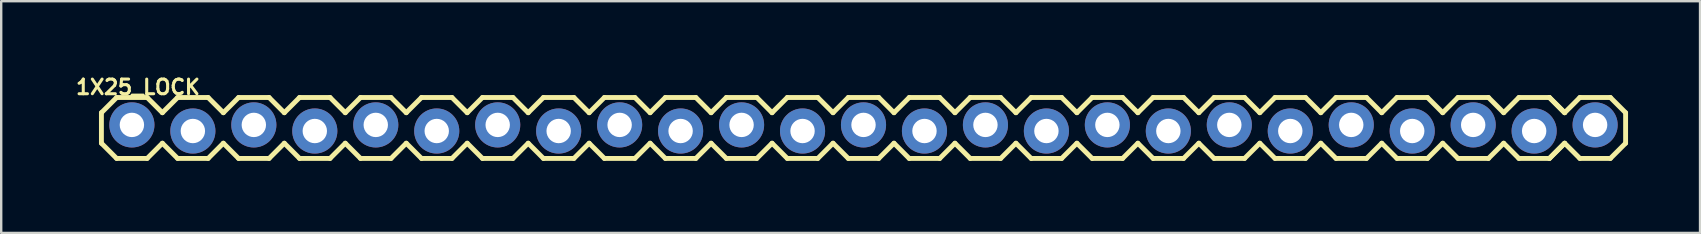
<source format=kicad_pcb>
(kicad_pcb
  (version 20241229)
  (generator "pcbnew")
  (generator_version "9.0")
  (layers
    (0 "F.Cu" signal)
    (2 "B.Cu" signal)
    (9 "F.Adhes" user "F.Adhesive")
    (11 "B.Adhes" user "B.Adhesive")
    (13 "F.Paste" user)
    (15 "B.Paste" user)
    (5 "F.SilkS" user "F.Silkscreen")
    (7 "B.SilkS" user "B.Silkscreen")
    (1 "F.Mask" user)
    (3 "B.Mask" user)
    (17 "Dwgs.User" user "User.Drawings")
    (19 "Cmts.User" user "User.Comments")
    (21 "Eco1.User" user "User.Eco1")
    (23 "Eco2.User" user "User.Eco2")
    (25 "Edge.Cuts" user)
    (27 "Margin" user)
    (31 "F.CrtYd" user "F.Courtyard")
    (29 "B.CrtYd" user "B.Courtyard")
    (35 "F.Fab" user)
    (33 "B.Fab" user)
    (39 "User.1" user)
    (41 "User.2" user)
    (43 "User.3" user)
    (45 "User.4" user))
  (footprint "1X25_LOCK"
    (layer "F.Cu")
    (at 2.445 2.281)
    (property "Reference" "1X25_LOCK" (at 0.254 -1.702 0) (layer "F.SilkS") (effects (font (size 0.61 0.61) (thickness 0.127))))
    (attr exclude_from_pos_files exclude_from_bom)
    (fp_line (start -1.27 -0.635) (end -1.27 0.635) (stroke (width 0.203) (type solid)) (layer "F.SilkS"))
    (fp_line (start -1.27 0.635) (end -0.635 1.27) (stroke (width 0.203) (type solid)) (layer "F.SilkS"))
    (fp_line (start -0.635 -1.27) (end -1.27 -0.635) (stroke (width 0.203) (type solid)) (layer "F.SilkS"))
    (fp_line (start -0.635 -1.27) (end 0.635 -1.27) (stroke (width 0.203) (type solid)) (layer "F.SilkS"))
    (fp_line (start 0.635 -1.27) (end 1.27 -0.635) (stroke (width 0.203) (type solid)) (layer "F.SilkS"))
    (fp_line (start 0.635 1.27) (end -0.635 1.27) (stroke (width 0.203) (type solid)) (layer "F.SilkS"))
    (fp_line (start 1.27 -0.635) (end 1.905 -1.27) (stroke (width 0.203) (type solid)) (layer "F.SilkS"))
    (fp_line (start 1.27 0.635) (end 0.635 1.27) (stroke (width 0.203) (type solid)) (layer "F.SilkS"))
    (fp_line (start 1.905 -1.27) (end 3.175 -1.27) (stroke (width 0.203) (type solid)) (layer "F.SilkS"))
    (fp_line (start 1.905 1.27) (end 1.27 0.635) (stroke (width 0.203) (type solid)) (layer "F.SilkS"))
    (fp_line (start 3.175 -1.27) (end 3.81 -0.635) (stroke (width 0.203) (type solid)) (layer "F.SilkS"))
    (fp_line (start 3.175 1.27) (end 1.905 1.27) (stroke (width 0.203) (type solid)) (layer "F.SilkS"))
    (fp_line (start 3.81 -0.635) (end 4.445 -1.27) (stroke (width 0.203) (type solid)) (layer "F.SilkS"))
    (fp_line (start 3.81 0.635) (end 3.175 1.27) (stroke (width 0.203) (type solid)) (layer "F.SilkS"))
    (fp_line (start 4.445 -1.27) (end 5.715 -1.27) (stroke (width 0.203) (type solid)) (layer "F.SilkS"))
    (fp_line (start 4.445 1.27) (end 3.81 0.635) (stroke (width 0.203) (type solid)) (layer "F.SilkS"))
    (fp_line (start 5.715 -1.27) (end 6.35 -0.635) (stroke (width 0.203) (type solid)) (layer "F.SilkS"))
    (fp_line (start 5.715 1.27) (end 4.445 1.27) (stroke (width 0.203) (type solid)) (layer "F.SilkS"))
    (fp_line (start 6.35 0.635) (end 5.715 1.27) (stroke (width 0.203) (type solid)) (layer "F.SilkS"))
    (fp_line (start 6.35 0.635) (end 6.985 1.27) (stroke (width 0.203) (type solid)) (layer "F.SilkS"))
    (fp_line (start 6.985 -1.27) (end 6.35 -0.635) (stroke (width 0.203) (type solid)) (layer "F.SilkS"))
    (fp_line (start 6.985 -1.27) (end 8.255 -1.27) (stroke (width 0.203) (type solid)) (layer "F.SilkS"))
    (fp_line (start 8.255 -1.27) (end 8.89 -0.635) (stroke (width 0.203) (type solid)) (layer "F.SilkS"))
    (fp_line (start 8.255 1.27) (end 6.985 1.27) (stroke (width 0.203) (type solid)) (layer "F.SilkS"))
    (fp_line (start 8.89 -0.635) (end 9.525 -1.27) (stroke (width 0.203) (type solid)) (layer "F.SilkS"))
    (fp_line (start 8.89 0.635) (end 8.255 1.27) (stroke (width 0.203) (type solid)) (layer "F.SilkS"))
    (fp_line (start 9.525 -1.27) (end 10.795 -1.27) (stroke (width 0.203) (type solid)) (layer "F.SilkS"))
    (fp_line (start 9.525 1.27) (end 8.89 0.635) (stroke (width 0.203) (type solid)) (layer "F.SilkS"))
    (fp_line (start 10.795 -1.27) (end 11.43 -0.635) (stroke (width 0.203) (type solid)) (layer "F.SilkS"))
    (fp_line (start 10.795 1.27) (end 9.525 1.27) (stroke (width 0.203) (type solid)) (layer "F.SilkS"))
    (fp_line (start 11.43 -0.635) (end 12.065 -1.27) (stroke (width 0.203) (type solid)) (layer "F.SilkS"))
    (fp_line (start 11.43 0.635) (end 10.795 1.27) (stroke (width 0.203) (type solid)) (layer "F.SilkS"))
    (fp_line (start 12.065 -1.27) (end 13.335 -1.27) (stroke (width 0.203) (type solid)) (layer "F.SilkS"))
    (fp_line (start 12.065 1.27) (end 11.43 0.635) (stroke (width 0.203) (type solid)) (layer "F.SilkS"))
    (fp_line (start 13.335 -1.27) (end 13.97 -0.635) (stroke (width 0.203) (type solid)) (layer "F.SilkS"))
    (fp_line (start 13.335 1.27) (end 12.065 1.27) (stroke (width 0.203) (type solid)) (layer "F.SilkS"))
    (fp_line (start 13.97 0.635) (end 13.335 1.27) (stroke (width 0.203) (type solid)) (layer "F.SilkS"))
    (fp_line (start 13.97 0.635) (end 14.605 1.27) (stroke (width 0.203) (type solid)) (layer "F.SilkS"))
    (fp_line (start 14.605 -1.27) (end 13.97 -0.635) (stroke (width 0.203) (type solid)) (layer "F.SilkS"))
    (fp_line (start 14.605 -1.27) (end 15.875 -1.27) (stroke (width 0.203) (type solid)) (layer "F.SilkS"))
    (fp_line (start 15.875 -1.27) (end 16.51 -0.635) (stroke (width 0.203) (type solid)) (layer "F.SilkS"))
    (fp_line (start 15.875 1.27) (end 14.605 1.27) (stroke (width 0.203) (type solid)) (layer "F.SilkS"))
    (fp_line (start 16.51 0.635) (end 15.875 1.27) (stroke (width 0.203) (type solid)) (layer "F.SilkS"))
    (fp_line (start 16.51 0.635) (end 17.145 1.27) (stroke (width 0.203) (type solid)) (layer "F.SilkS"))
    (fp_line (start 17.145 -1.27) (end 16.51 -0.635) (stroke (width 0.203) (type solid)) (layer "F.SilkS"))
    (fp_line (start 17.145 -1.27) (end 18.415 -1.27) (stroke (width 0.203) (type solid)) (layer "F.SilkS"))
    (fp_line (start 18.415 -1.27) (end 19.05 -0.635) (stroke (width 0.203) (type solid)) (layer "F.SilkS"))
    (fp_line (start 18.415 1.27) (end 17.145 1.27) (stroke (width 0.203) (type solid)) (layer "F.SilkS"))
    (fp_line (start 19.05 -0.635) (end 19.685 -1.27) (stroke (width 0.203) (type solid)) (layer "F.SilkS"))
    (fp_line (start 19.05 0.635) (end 18.415 1.27) (stroke (width 0.203) (type solid)) (layer "F.SilkS"))
    (fp_line (start 19.685 -1.27) (end 20.955 -1.27) (stroke (width 0.203) (type solid)) (layer "F.SilkS"))
    (fp_line (start 19.685 1.27) (end 19.05 0.635) (stroke (width 0.203) (type solid)) (layer "F.SilkS"))
    (fp_line (start 20.955 -1.27) (end 21.59 -0.635) (stroke (width 0.203) (type solid)) (layer "F.SilkS"))
    (fp_line (start 20.955 1.27) (end 19.685 1.27) (stroke (width 0.203) (type solid)) (layer "F.SilkS"))
    (fp_line (start 21.59 -0.635) (end 22.225 -1.27) (stroke (width 0.203) (type solid)) (layer "F.SilkS"))
    (fp_line (start 21.59 0.635) (end 20.955 1.27) (stroke (width 0.203) (type solid)) (layer "F.SilkS"))
    (fp_line (start 22.225 -1.27) (end 23.495 -1.27) (stroke (width 0.203) (type solid)) (layer "F.SilkS"))
    (fp_line (start 22.225 1.27) (end 21.59 0.635) (stroke (width 0.203) (type solid)) (layer "F.SilkS"))
    (fp_line (start 23.495 -1.27) (end 24.13 -0.635) (stroke (width 0.203) (type solid)) (layer "F.SilkS"))
    (fp_line (start 23.495 1.27) (end 22.225 1.27) (stroke (width 0.203) (type solid)) (layer "F.SilkS"))
    (fp_line (start 24.13 0.635) (end 23.495 1.27) (stroke (width 0.203) (type solid)) (layer "F.SilkS"))
    (fp_line (start 24.13 0.635) (end 24.765 1.27) (stroke (width 0.203) (type solid)) (layer "F.SilkS"))
    (fp_line (start 24.765 -1.27) (end 24.13 -0.635) (stroke (width 0.203) (type solid)) (layer "F.SilkS"))
    (fp_line (start 24.765 -1.27) (end 26.035 -1.27) (stroke (width 0.203) (type solid)) (layer "F.SilkS"))
    (fp_line (start 26.035 -1.27) (end 26.67 -0.635) (stroke (width 0.203) (type solid)) (layer "F.SilkS"))
    (fp_line (start 26.035 1.27) (end 24.765 1.27) (stroke (width 0.203) (type solid)) (layer "F.SilkS"))
    (fp_line (start 26.67 -0.635) (end 27.305 -1.27) (stroke (width 0.203) (type solid)) (layer "F.SilkS"))
    (fp_line (start 26.67 0.635) (end 26.035 1.27) (stroke (width 0.203) (type solid)) (layer "F.SilkS"))
    (fp_line (start 27.305 -1.27) (end 28.575 -1.27) (stroke (width 0.203) (type solid)) (layer "F.SilkS"))
    (fp_line (start 27.305 1.27) (end 26.67 0.635) (stroke (width 0.203) (type solid)) (layer "F.SilkS"))
    (fp_line (start 28.575 -1.27) (end 29.21 -0.635) (stroke (width 0.203) (type solid)) (layer "F.SilkS"))
    (fp_line (start 28.575 1.27) (end 27.305 1.27) (stroke (width 0.203) (type solid)) (layer "F.SilkS"))
    (fp_line (start 29.21 -0.635) (end 29.845 -1.27) (stroke (width 0.203) (type solid)) (layer "F.SilkS"))
    (fp_line (start 29.21 0.635) (end 28.575 1.27) (stroke (width 0.203) (type solid)) (layer "F.SilkS"))
    (fp_line (start 29.845 -1.27) (end 31.115 -1.27) (stroke (width 0.203) (type solid)) (layer "F.SilkS"))
    (fp_line (start 29.845 1.27) (end 29.21 0.635) (stroke (width 0.203) (type solid)) (layer "F.SilkS"))
    (fp_line (start 31.115 -1.27) (end 31.75 -0.635) (stroke (width 0.203) (type solid)) (layer "F.SilkS"))
    (fp_line (start 31.115 1.27) (end 29.845 1.27) (stroke (width 0.203) (type solid)) (layer "F.SilkS"))
    (fp_line (start 31.75 0.635) (end 31.115 1.27) (stroke (width 0.203) (type solid)) (layer "F.SilkS"))
    (fp_line (start 31.75 0.635) (end 32.385 1.27) (stroke (width 0.203) (type solid)) (layer "F.SilkS"))
    (fp_line (start 32.385 -1.27) (end 31.75 -0.635) (stroke (width 0.203) (type solid)) (layer "F.SilkS"))
    (fp_line (start 32.385 -1.27) (end 33.655 -1.27) (stroke (width 0.203) (type solid)) (layer "F.SilkS"))
    (fp_line (start 33.655 -1.27) (end 34.29 -0.635) (stroke (width 0.203) (type solid)) (layer "F.SilkS"))
    (fp_line (start 33.655 1.27) (end 32.385 1.27) (stroke (width 0.203) (type solid)) (layer "F.SilkS"))
    (fp_line (start 34.29 0.635) (end 33.655 1.27) (stroke (width 0.203) (type solid)) (layer "F.SilkS"))
    (fp_line (start 34.29 0.635) (end 34.925 1.27) (stroke (width 0.203) (type solid)) (layer "F.SilkS"))
    (fp_line (start 34.925 -1.27) (end 34.29 -0.635) (stroke (width 0.203) (type solid)) (layer "F.SilkS"))
    (fp_line (start 34.925 -1.27) (end 36.195 -1.27) (stroke (width 0.203) (type solid)) (layer "F.SilkS"))
    (fp_line (start 36.195 -1.27) (end 36.83 -0.635) (stroke (width 0.203) (type solid)) (layer "F.SilkS"))
    (fp_line (start 36.195 1.27) (end 34.925 1.27) (stroke (width 0.203) (type solid)) (layer "F.SilkS"))
    (fp_line (start 36.83 0.635) (end 36.195 1.27) (stroke (width 0.203) (type solid)) (layer "F.SilkS"))
    (fp_line (start 36.83 0.635) (end 37.465 1.27) (stroke (width 0.203) (type solid)) (layer "F.SilkS"))
    (fp_line (start 37.465 -1.27) (end 36.83 -0.635) (stroke (width 0.203) (type solid)) (layer "F.SilkS"))
    (fp_line (start 37.465 -1.27) (end 38.735 -1.27) (stroke (width 0.203) (type solid)) (layer "F.SilkS"))
    (fp_line (start 38.735 -1.27) (end 39.37 -0.635) (stroke (width 0.203) (type solid)) (layer "F.SilkS"))
    (fp_line (start 38.735 1.27) (end 37.465 1.27) (stroke (width 0.203) (type solid)) (layer "F.SilkS"))
    (fp_line (start 39.37 0.635) (end 38.735 1.27) (stroke (width 0.203) (type solid)) (layer "F.SilkS"))
    (fp_line (start 39.37 0.635) (end 40.005 1.27) (stroke (width 0.203) (type solid)) (layer "F.SilkS"))
    (fp_line (start 40.005 -1.27) (end 39.37 -0.635) (stroke (width 0.203) (type solid)) (layer "F.SilkS"))
    (fp_line (start 40.005 -1.27) (end 41.275 -1.27) (stroke (width 0.203) (type solid)) (layer "F.SilkS"))
    (fp_line (start 41.275 -1.27) (end 41.91 -0.635) (stroke (width 0.203) (type solid)) (layer "F.SilkS"))
    (fp_line (start 41.275 1.27) (end 40.005 1.27) (stroke (width 0.203) (type solid)) (layer "F.SilkS"))
    (fp_line (start 41.91 0.635) (end 41.275 1.27) (stroke (width 0.203) (type solid)) (layer "F.SilkS"))
    (fp_line (start 41.91 0.635) (end 42.545 1.27) (stroke (width 0.203) (type solid)) (layer "F.SilkS"))
    (fp_line (start 42.545 -1.27) (end 41.91 -0.635) (stroke (width 0.203) (type solid)) (layer "F.SilkS"))
    (fp_line (start 42.545 -1.27) (end 43.815 -1.27) (stroke (width 0.203) (type solid)) (layer "F.SilkS"))
    (fp_line (start 43.815 -1.27) (end 44.45 -0.635) (stroke (width 0.203) (type solid)) (layer "F.SilkS"))
    (fp_line (start 43.815 1.27) (end 42.545 1.27) (stroke (width 0.203) (type solid)) (layer "F.SilkS"))
    (fp_line (start 44.45 0.635) (end 43.815 1.27) (stroke (width 0.203) (type solid)) (layer "F.SilkS"))
    (fp_line (start 44.45 0.635) (end 45.085 1.27) (stroke (width 0.203) (type solid)) (layer "F.SilkS"))
    (fp_line (start 45.085 -1.27) (end 44.45 -0.635) (stroke (width 0.203) (type solid)) (layer "F.SilkS"))
    (fp_line (start 45.085 -1.27) (end 46.355 -1.27) (stroke (width 0.203) (type solid)) (layer "F.SilkS"))
    (fp_line (start 46.355 -1.27) (end 46.99 -0.635) (stroke (width 0.203) (type solid)) (layer "F.SilkS"))
    (fp_line (start 46.355 1.27) (end 45.085 1.27) (stroke (width 0.203) (type solid)) (layer "F.SilkS"))
    (fp_line (start 46.99 0.635) (end 46.355 1.27) (stroke (width 0.203) (type solid)) (layer "F.SilkS"))
    (fp_line (start 46.99 0.635) (end 47.625 1.27) (stroke (width 0.203) (type solid)) (layer "F.SilkS"))
    (fp_line (start 47.625 -1.27) (end 46.99 -0.635) (stroke (width 0.203) (type solid)) (layer "F.SilkS"))
    (fp_line (start 47.625 -1.27) (end 48.895 -1.27) (stroke (width 0.203) (type solid)) (layer "F.SilkS"))
    (fp_line (start 48.895 -1.27) (end 49.53 -0.635) (stroke (width 0.203) (type solid)) (layer "F.SilkS"))
    (fp_line (start 48.895 1.27) (end 47.625 1.27) (stroke (width 0.203) (type solid)) (layer "F.SilkS"))
    (fp_line (start 49.53 0.635) (end 48.895 1.27) (stroke (width 0.203) (type solid)) (layer "F.SilkS"))
    (fp_line (start 49.53 0.635) (end 50.165 1.27) (stroke (width 0.203) (type solid)) (layer "F.SilkS"))
    (fp_line (start 50.165 -1.27) (end 49.53 -0.635) (stroke (width 0.203) (type solid)) (layer "F.SilkS"))
    (fp_line (start 50.165 -1.27) (end 51.435 -1.27) (stroke (width 0.203) (type solid)) (layer "F.SilkS"))
    (fp_line (start 51.435 -1.27) (end 52.07 -0.635) (stroke (width 0.203) (type solid)) (layer "F.SilkS"))
    (fp_line (start 51.435 1.27) (end 50.165 1.27) (stroke (width 0.203) (type solid)) (layer "F.SilkS"))
    (fp_line (start 52.07 0.635) (end 51.435 1.27) (stroke (width 0.203) (type solid)) (layer "F.SilkS"))
    (fp_line (start 52.07 0.635) (end 52.705 1.27) (stroke (width 0.203) (type solid)) (layer "F.SilkS"))
    (fp_line (start 52.705 -1.27) (end 52.07 -0.635) (stroke (width 0.203) (type solid)) (layer "F.SilkS"))
    (fp_line (start 52.705 -1.27) (end 53.975 -1.27) (stroke (width 0.203) (type solid)) (layer "F.SilkS"))
    (fp_line (start 53.975 -1.27) (end 54.61 -0.635) (stroke (width 0.203) (type solid)) (layer "F.SilkS"))
    (fp_line (start 53.975 1.27) (end 52.705 1.27) (stroke (width 0.203) (type solid)) (layer "F.SilkS"))
    (fp_line (start 54.61 0.635) (end 53.975 1.27) (stroke (width 0.203) (type solid)) (layer "F.SilkS"))
    (fp_line (start 54.61 0.635) (end 55.245 1.27) (stroke (width 0.203) (type solid)) (layer "F.SilkS"))
    (fp_line (start 55.245 -1.27) (end 54.61 -0.635) (stroke (width 0.203) (type solid)) (layer "F.SilkS"))
    (fp_line (start 55.245 -1.27) (end 56.515 -1.27) (stroke (width 0.203) (type solid)) (layer "F.SilkS"))
    (fp_line (start 56.515 -1.27) (end 57.15 -0.635) (stroke (width 0.203) (type solid)) (layer "F.SilkS"))
    (fp_line (start 56.515 1.27) (end 55.245 1.27) (stroke (width 0.203) (type solid)) (layer "F.SilkS"))
    (fp_line (start 57.15 0.635) (end 56.515 1.27) (stroke (width 0.203) (type solid)) (layer "F.SilkS"))
    (fp_line (start 57.15 0.635) (end 57.785 1.27) (stroke (width 0.203) (type solid)) (layer "F.SilkS"))
    (fp_line (start 57.785 -1.27) (end 57.15 -0.635) (stroke (width 0.203) (type solid)) (layer "F.SilkS"))
    (fp_line (start 57.785 -1.27) (end 59.055 -1.27) (stroke (width 0.203) (type solid)) (layer "F.SilkS"))
    (fp_line (start 59.055 -1.27) (end 59.69 -0.635) (stroke (width 0.203) (type solid)) (layer "F.SilkS"))
    (fp_line (start 59.055 -1.27) (end 59.69 -0.635) (stroke (width 0.203) (type solid)) (layer "F.SilkS"))
    (fp_line (start 59.055 1.27) (end 57.785 1.27) (stroke (width 0.203) (type solid)) (layer "F.SilkS"))
    (fp_line (start 59.69 0.635) (end 59.055 1.27) (stroke (width 0.203) (type solid)) (layer "F.SilkS"))
    (fp_line (start 59.69 0.635) (end 59.055 1.27) (stroke (width 0.203) (type solid)) (layer "F.SilkS"))
    (fp_line (start 59.69 0.635) (end 60.325 1.27) (stroke (width 0.203) (type solid)) (layer "F.SilkS"))
    (fp_line (start 60.325 -1.27) (end 59.69 -0.635) (stroke (width 0.203) (type solid)) (layer "F.SilkS"))
    (fp_line (start 60.325 -1.27) (end 61.595 -1.27) (stroke (width 0.203) (type solid)) (layer "F.SilkS"))
    (fp_line (start 61.595 -1.27) (end 62.23 -0.635) (stroke (width 0.203) (type solid)) (layer "F.SilkS"))
    (fp_line (start 61.595 1.27) (end 60.325 1.27) (stroke (width 0.203) (type solid)) (layer "F.SilkS"))
    (fp_line (start 62.23 -0.635) (end 62.23 0.635) (stroke (width 0.203) (type solid)) (layer "F.SilkS"))
    (fp_line (start 62.23 0.635) (end 61.595 1.27) (stroke (width 0.203) (type solid)) (layer "F.SilkS"))
    (fp_line (start -0.254 -0.254) (end 0.254 -0.254) (stroke (width 0.066) (type solid)) (layer "Dwgs.User"))
    (fp_line (start -0.254 0.254) (end -0.254 -0.254) (stroke (width 0.066) (type solid)) (layer "Dwgs.User"))
    (fp_line (start -0.254 0.254) (end 0.254 0.254) (stroke (width 0.066) (type solid)) (layer "Dwgs.User"))
    (fp_line (start 0.254 0.254) (end 0.254 -0.254) (stroke (width 0.066) (type solid)) (layer "Dwgs.User"))
    (fp_line (start 2.286 -0.254) (end 2.794 -0.254) (stroke (width 0.066) (type solid)) (layer "Dwgs.User"))
    (fp_line (start 2.286 0.254) (end 2.286 -0.254) (stroke (width 0.066) (type solid)) (layer "Dwgs.User"))
    (fp_line (start 2.286 0.254) (end 2.794 0.254) (stroke (width 0.066) (type solid)) (layer "Dwgs.User"))
    (fp_line (start 2.794 0.254) (end 2.794 -0.254) (stroke (width 0.066) (type solid)) (layer "Dwgs.User"))
    (fp_line (start 4.826 -0.254) (end 5.334 -0.254) (stroke (width 0.066) (type solid)) (layer "Dwgs.User"))
    (fp_line (start 4.826 0.254) (end 4.826 -0.254) (stroke (width 0.066) (type solid)) (layer "Dwgs.User"))
    (fp_line (start 4.826 0.254) (end 5.334 0.254) (stroke (width 0.066) (type solid)) (layer "Dwgs.User"))
    (fp_line (start 5.334 0.254) (end 5.334 -0.254) (stroke (width 0.066) (type solid)) (layer "Dwgs.User"))
    (fp_line (start 7.366 -0.254) (end 7.874 -0.254) (stroke (width 0.066) (type solid)) (layer "Dwgs.User"))
    (fp_line (start 7.366 0.254) (end 7.366 -0.254) (stroke (width 0.066) (type solid)) (layer "Dwgs.User"))
    (fp_line (start 7.366 0.254) (end 7.874 0.254) (stroke (width 0.066) (type solid)) (layer "Dwgs.User"))
    (fp_line (start 7.874 0.254) (end 7.874 -0.254) (stroke (width 0.066) (type solid)) (layer "Dwgs.User"))
    (fp_line (start 9.906 -0.254) (end 10.414 -0.254) (stroke (width 0.066) (type solid)) (layer "Dwgs.User"))
    (fp_line (start 9.906 0.254) (end 9.906 -0.254) (stroke (width 0.066) (type solid)) (layer "Dwgs.User"))
    (fp_line (start 9.906 0.254) (end 10.414 0.254) (stroke (width 0.066) (type solid)) (layer "Dwgs.User"))
    (fp_line (start 10.414 0.254) (end 10.414 -0.254) (stroke (width 0.066) (type solid)) (layer "Dwgs.User"))
    (fp_line (start 12.446 -0.254) (end 12.954 -0.254) (stroke (width 0.066) (type solid)) (layer "Dwgs.User"))
    (fp_line (start 12.446 0.254) (end 12.446 -0.254) (stroke (width 0.066) (type solid)) (layer "Dwgs.User"))
    (fp_line (start 12.446 0.254) (end 12.954 0.254) (stroke (width 0.066) (type solid)) (layer "Dwgs.User"))
    (fp_line (start 12.954 0.254) (end 12.954 -0.254) (stroke (width 0.066) (type solid)) (layer "Dwgs.User"))
    (fp_line (start 14.986 -0.254) (end 15.494 -0.254) (stroke (width 0.066) (type solid)) (layer "Dwgs.User"))
    (fp_line (start 14.986 0.254) (end 14.986 -0.254) (stroke (width 0.066) (type solid)) (layer "Dwgs.User"))
    (fp_line (start 14.986 0.254) (end 15.494 0.254) (stroke (width 0.066) (type solid)) (layer "Dwgs.User"))
    (fp_line (start 15.494 0.254) (end 15.494 -0.254) (stroke (width 0.066) (type solid)) (layer "Dwgs.User"))
    (fp_line (start 17.523 -0.254) (end 18.034 -0.254) (stroke (width 0.066) (type solid)) (layer "Dwgs.User"))
    (fp_line (start 17.523 0.254) (end 17.523 -0.254) (stroke (width 0.066) (type solid)) (layer "Dwgs.User"))
    (fp_line (start 17.523 0.254) (end 18.034 0.254) (stroke (width 0.066) (type solid)) (layer "Dwgs.User"))
    (fp_line (start 18.034 0.254) (end 18.034 -0.254) (stroke (width 0.066) (type solid)) (layer "Dwgs.User"))
    (fp_line (start 20.066 -0.254) (end 20.574 -0.254) (stroke (width 0.066) (type solid)) (layer "Dwgs.User"))
    (fp_line (start 20.066 0.254) (end 20.066 -0.254) (stroke (width 0.066) (type solid)) (layer "Dwgs.User"))
    (fp_line (start 20.066 0.254) (end 20.574 0.254) (stroke (width 0.066) (type solid)) (layer "Dwgs.User"))
    (fp_line (start 20.574 0.254) (end 20.574 -0.254) (stroke (width 0.066) (type solid)) (layer "Dwgs.User"))
    (fp_line (start 22.606 -0.254) (end 23.114 -0.254) (stroke (width 0.066) (type solid)) (layer "Dwgs.User"))
    (fp_line (start 22.606 0.254) (end 22.606 -0.254) (stroke (width 0.066) (type solid)) (layer "Dwgs.User"))
    (fp_line (start 22.606 0.254) (end 23.114 0.254) (stroke (width 0.066) (type solid)) (layer "Dwgs.User"))
    (fp_line (start 23.114 0.254) (end 23.114 -0.254) (stroke (width 0.066) (type solid)) (layer "Dwgs.User"))
    (fp_line (start 25.146 -0.254) (end 25.654 -0.254) (stroke (width 0.066) (type solid)) (layer "Dwgs.User"))
    (fp_line (start 25.146 0.254) (end 25.146 -0.254) (stroke (width 0.066) (type solid)) (layer "Dwgs.User"))
    (fp_line (start 25.146 0.254) (end 25.654 0.254) (stroke (width 0.066) (type solid)) (layer "Dwgs.User"))
    (fp_line (start 25.654 0.254) (end 25.654 -0.254) (stroke (width 0.066) (type solid)) (layer "Dwgs.User"))
    (fp_line (start 27.686 -0.254) (end 28.194 -0.254) (stroke (width 0.066) (type solid)) (layer "Dwgs.User"))
    (fp_line (start 27.686 0.254) (end 27.686 -0.254) (stroke (width 0.066) (type solid)) (layer "Dwgs.User"))
    (fp_line (start 27.686 0.254) (end 28.194 0.254) (stroke (width 0.066) (type solid)) (layer "Dwgs.User"))
    (fp_line (start 28.194 0.254) (end 28.194 -0.254) (stroke (width 0.066) (type solid)) (layer "Dwgs.User"))
    (fp_line (start 30.226 -0.254) (end 30.734 -0.254) (stroke (width 0.066) (type solid)) (layer "Dwgs.User"))
    (fp_line (start 30.226 0.254) (end 30.226 -0.254) (stroke (width 0.066) (type solid)) (layer "Dwgs.User"))
    (fp_line (start 30.226 0.254) (end 30.734 0.254) (stroke (width 0.066) (type solid)) (layer "Dwgs.User"))
    (fp_line (start 30.734 0.254) (end 30.734 -0.254) (stroke (width 0.066) (type solid)) (layer "Dwgs.User"))
    (fp_line (start 32.766 -0.254) (end 33.274 -0.254) (stroke (width 0.066) (type solid)) (layer "Dwgs.User"))
    (fp_line (start 32.766 0.254) (end 32.766 -0.254) (stroke (width 0.066) (type solid)) (layer "Dwgs.User"))
    (fp_line (start 32.766 0.254) (end 33.274 0.254) (stroke (width 0.066) (type solid)) (layer "Dwgs.User"))
    (fp_line (start 33.274 0.254) (end 33.274 -0.254) (stroke (width 0.066) (type solid)) (layer "Dwgs.User"))
    (fp_line (start 35.303 -0.254) (end 35.814 -0.254) (stroke (width 0.066) (type solid)) (layer "Dwgs.User"))
    (fp_line (start 35.303 0.254) (end 35.303 -0.254) (stroke (width 0.066) (type solid)) (layer "Dwgs.User"))
    (fp_line (start 35.303 0.254) (end 35.814 0.254) (stroke (width 0.066) (type solid)) (layer "Dwgs.User"))
    (fp_line (start 35.814 0.254) (end 35.814 -0.254) (stroke (width 0.066) (type solid)) (layer "Dwgs.User"))
    (fp_line (start 37.846 -0.254) (end 38.354 -0.254) (stroke (width 0.066) (type solid)) (layer "Dwgs.User"))
    (fp_line (start 37.846 0.254) (end 37.846 -0.254) (stroke (width 0.066) (type solid)) (layer "Dwgs.User"))
    (fp_line (start 37.846 0.254) (end 38.354 0.254) (stroke (width 0.066) (type solid)) (layer "Dwgs.User"))
    (fp_line (start 38.354 0.254) (end 38.354 -0.254) (stroke (width 0.066) (type solid)) (layer "Dwgs.User"))
    (fp_line (start 40.386 -0.254) (end 40.894 -0.254) (stroke (width 0.066) (type solid)) (layer "Dwgs.User"))
    (fp_line (start 40.386 0.254) (end 40.386 -0.254) (stroke (width 0.066) (type solid)) (layer "Dwgs.User"))
    (fp_line (start 40.386 0.254) (end 40.894 0.254) (stroke (width 0.066) (type solid)) (layer "Dwgs.User"))
    (fp_line (start 40.894 0.254) (end 40.894 -0.254) (stroke (width 0.066) (type solid)) (layer "Dwgs.User"))
    (fp_line (start 42.926 -0.254) (end 43.434 -0.254) (stroke (width 0.066) (type solid)) (layer "Dwgs.User"))
    (fp_line (start 42.926 0.254) (end 42.926 -0.254) (stroke (width 0.066) (type solid)) (layer "Dwgs.User"))
    (fp_line (start 42.926 0.254) (end 43.434 0.254) (stroke (width 0.066) (type solid)) (layer "Dwgs.User"))
    (fp_line (start 43.434 0.254) (end 43.434 -0.254) (stroke (width 0.066) (type solid)) (layer "Dwgs.User"))
    (fp_line (start 45.466 -0.254) (end 45.974 -0.254) (stroke (width 0.066) (type solid)) (layer "Dwgs.User"))
    (fp_line (start 45.466 0.254) (end 45.466 -0.254) (stroke (width 0.066) (type solid)) (layer "Dwgs.User"))
    (fp_line (start 45.466 0.254) (end 45.974 0.254) (stroke (width 0.066) (type solid)) (layer "Dwgs.User"))
    (fp_line (start 45.974 0.254) (end 45.974 -0.254) (stroke (width 0.066) (type solid)) (layer "Dwgs.User"))
    (fp_line (start 48.006 -0.254) (end 48.514 -0.254) (stroke (width 0.066) (type solid)) (layer "Dwgs.User"))
    (fp_line (start 48.006 0.254) (end 48.006 -0.254) (stroke (width 0.066) (type solid)) (layer "Dwgs.User"))
    (fp_line (start 48.006 0.254) (end 48.514 0.254) (stroke (width 0.066) (type solid)) (layer "Dwgs.User"))
    (fp_line (start 48.514 0.254) (end 48.514 -0.254) (stroke (width 0.066) (type solid)) (layer "Dwgs.User"))
    (fp_line (start 50.546 -0.254) (end 51.051 -0.254) (stroke (width 0.066) (type solid)) (layer "Dwgs.User"))
    (fp_line (start 50.546 0.254) (end 50.546 -0.254) (stroke (width 0.066) (type solid)) (layer "Dwgs.User"))
    (fp_line (start 50.546 0.254) (end 51.051 0.254) (stroke (width 0.066) (type solid)) (layer "Dwgs.User"))
    (fp_line (start 51.051 0.254) (end 51.051 -0.254) (stroke (width 0.066) (type solid)) (layer "Dwgs.User"))
    (fp_line (start 53.086 -0.254) (end 53.594 -0.254) (stroke (width 0.066) (type solid)) (layer "Dwgs.User"))
    (fp_line (start 53.086 0.254) (end 53.086 -0.254) (stroke (width 0.066) (type solid)) (layer "Dwgs.User"))
    (fp_line (start 53.086 0.254) (end 53.594 0.254) (stroke (width 0.066) (type solid)) (layer "Dwgs.User"))
    (fp_line (start 53.594 0.254) (end 53.594 -0.254) (stroke (width 0.066) (type solid)) (layer "Dwgs.User"))
    (fp_line (start 55.626 -0.254) (end 56.134 -0.254) (stroke (width 0.066) (type solid)) (layer "Dwgs.User"))
    (fp_line (start 55.626 0.254) (end 55.626 -0.254) (stroke (width 0.066) (type solid)) (layer "Dwgs.User"))
    (fp_line (start 55.626 0.254) (end 56.134 0.254) (stroke (width 0.066) (type solid)) (layer "Dwgs.User"))
    (fp_line (start 56.134 0.254) (end 56.134 -0.254) (stroke (width 0.066) (type solid)) (layer "Dwgs.User"))
    (fp_line (start 58.166 -0.254) (end 58.674 -0.254) (stroke (width 0.066) (type solid)) (layer "Dwgs.User"))
    (fp_line (start 58.166 0.254) (end 58.166 -0.254) (stroke (width 0.066) (type solid)) (layer "Dwgs.User"))
    (fp_line (start 58.166 0.254) (end 58.674 0.254) (stroke (width 0.066) (type solid)) (layer "Dwgs.User"))
    (fp_line (start 58.674 0.254) (end 58.674 -0.254) (stroke (width 0.066) (type solid)) (layer "Dwgs.User"))
    (fp_line (start 60.706 -0.254) (end 61.214 -0.254) (stroke (width 0.066) (type solid)) (layer "Dwgs.User"))
    (fp_line (start 60.706 0.254) (end 60.706 -0.254) (stroke (width 0.066) (type solid)) (layer "Dwgs.User"))
    (fp_line (start 60.706 0.254) (end 61.214 0.254) (stroke (width 0.066) (type solid)) (layer "Dwgs.User"))
    (fp_line (start 61.214 0.254) (end 61.214 -0.254) (stroke (width 0.066) (type solid)) (layer "Dwgs.User"))
    (pad "1" thru_hole circle (at 0 -0.127) (size 1.88 1.88) (drill 1.016) (layers "*.Cu" "*.Paste" "*.Mask"))
    (pad "2" thru_hole circle (at 2.54 0.127) (size 1.88 1.88) (drill 1.016) (layers "*.Cu" "*.Paste" "*.Mask"))
    (pad "3" thru_hole circle (at 5.08 -0.127) (size 1.88 1.88) (drill 1.016) (layers "*.Cu" "*.Paste" "*.Mask"))
    (pad "4" thru_hole circle (at 7.62 0.127) (size 1.88 1.88) (drill 1.016) (layers "*.Cu" "*.Paste" "*.Mask"))
    (pad "5" thru_hole circle (at 10.16 -0.127) (size 1.88 1.88) (drill 1.016) (layers "*.Cu" "*.Paste" "*.Mask"))
    (pad "6" thru_hole circle (at 12.7 0.127) (size 1.88 1.88) (drill 1.016) (layers "*.Cu" "*.Paste" "*.Mask"))
    (pad "7" thru_hole circle (at 15.24 -0.127) (size 1.88 1.88) (drill 1.016) (layers "*.Cu" "*.Paste" "*.Mask"))
    (pad "8" thru_hole circle (at 17.78 0.127) (size 1.88 1.88) (drill 1.016) (layers "*.Cu" "*.Paste" "*.Mask"))
    (pad "9" thru_hole circle (at 20.32 -0.127) (size 1.88 1.88) (drill 1.016) (layers "*.Cu" "*.Paste" "*.Mask"))
    (pad "10" thru_hole circle (at 22.86 0.127) (size 1.88 1.88) (drill 1.016) (layers "*.Cu" "*.Paste" "*.Mask"))
    (pad "11" thru_hole circle (at 25.4 -0.127) (size 1.88 1.88) (drill 1.016) (layers "*.Cu" "*.Paste" "*.Mask"))
    (pad "12" thru_hole circle (at 27.94 0.127) (size 1.88 1.88) (drill 1.016) (layers "*.Cu" "*.Paste" "*.Mask"))
    (pad "13" thru_hole circle (at 30.48 -0.127) (size 1.88 1.88) (drill 1.016) (layers "*.Cu" "*.Paste" "*.Mask"))
    (pad "14" thru_hole circle (at 33.02 0.127) (size 1.88 1.88) (drill 1.016) (layers "*.Cu" "*.Paste" "*.Mask"))
    (pad "15" thru_hole circle (at 35.56 -0.127) (size 1.88 1.88) (drill 1.016) (layers "*.Cu" "*.Paste" "*.Mask"))
    (pad "16" thru_hole circle (at 38.1 0.127) (size 1.88 1.88) (drill 1.016) (layers "*.Cu" "*.Paste" "*.Mask"))
    (pad "17" thru_hole circle (at 40.64 -0.127) (size 1.88 1.88) (drill 1.016) (layers "*.Cu" "*.Paste" "*.Mask"))
    (pad "18" thru_hole circle (at 43.18 0.127) (size 1.88 1.88) (drill 1.016) (layers "*.Cu" "*.Paste" "*.Mask"))
    (pad "19" thru_hole circle (at 45.72 -0.127) (size 1.88 1.88) (drill 1.016) (layers "*.Cu" "*.Paste" "*.Mask"))
    (pad "20" thru_hole circle (at 48.26 0.127) (size 1.88 1.88) (drill 1.016) (layers "*.Cu" "*.Paste" "*.Mask"))
    (pad "21" thru_hole circle (at 50.8 -0.127) (size 1.88 1.88) (drill 1.016) (layers "*.Cu" "*.Paste" "*.Mask"))
    (pad "22" thru_hole circle (at 53.34 0.127) (size 1.88 1.88) (drill 1.016) (layers "*.Cu" "*.Paste" "*.Mask"))
    (pad "23" thru_hole circle (at 55.88 -0.127) (size 1.88 1.88) (drill 1.016) (layers "*.Cu" "*.Paste" "*.Mask"))
    (pad "24" thru_hole circle (at 58.42 0.127) (size 1.88 1.88) (drill 1.016) (layers "*.Cu" "*.Paste" "*.Mask"))
    (pad "25" thru_hole circle (at 60.96 -0.127) (size 1.88 1.88) (drill 1.016) (layers "*.Cu" "*.Paste" "*.Mask")))
  (gr_rect
    (start -3 -3)
    (end 67.776 6.653)
    (stroke (width 0.1) (type default))
    (fill no)
    (layer "Edge.Cuts")))
</source>
